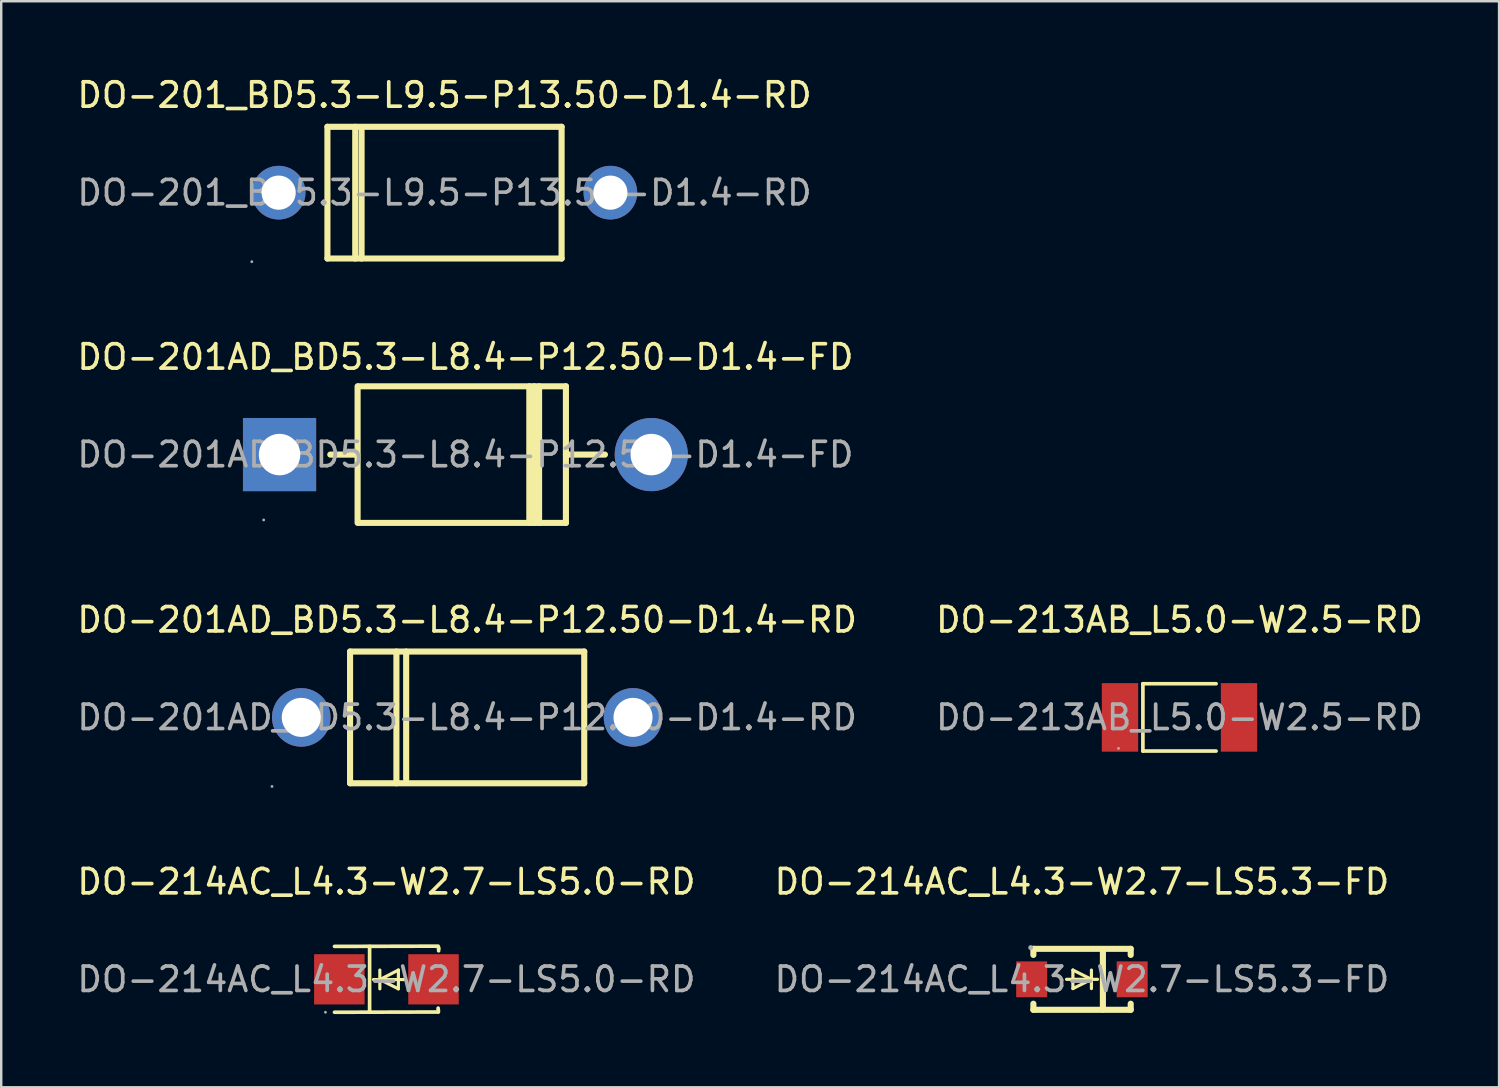
<source format=kicad_pcb>
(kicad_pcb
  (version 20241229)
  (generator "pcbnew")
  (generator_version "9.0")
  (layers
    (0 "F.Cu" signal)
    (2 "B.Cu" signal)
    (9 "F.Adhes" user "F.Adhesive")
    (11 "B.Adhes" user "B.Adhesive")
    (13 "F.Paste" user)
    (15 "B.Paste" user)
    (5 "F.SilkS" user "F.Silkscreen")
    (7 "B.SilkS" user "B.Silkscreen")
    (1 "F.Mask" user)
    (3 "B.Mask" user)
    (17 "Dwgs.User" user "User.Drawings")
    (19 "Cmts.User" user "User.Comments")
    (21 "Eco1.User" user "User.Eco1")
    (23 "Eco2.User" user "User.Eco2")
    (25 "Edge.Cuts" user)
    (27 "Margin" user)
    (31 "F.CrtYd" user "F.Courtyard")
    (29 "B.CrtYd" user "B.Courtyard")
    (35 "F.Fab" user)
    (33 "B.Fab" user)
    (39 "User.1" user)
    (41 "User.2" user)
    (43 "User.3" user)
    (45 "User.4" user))
  (footprint "DO-201AD_BD5.3-L8.4-P12.50-D1.4-FD"
    (layer "F.Cu")
    (at 16.03 15.586)
    (property "Reference" "DO-201AD_BD5.3-L8.4-P12.50-D1.4-FD" (at 0 -4 0) (layer "F.SilkS") (effects (font (size 1 1) (thickness 0.15))))
    (attr through_hole)
    (fp_line (start -5.54 0) (end -4.44 0) (stroke (width 0.25) (type solid)) (layer "F.SilkS"))
    (fp_line (start -4.42 2.8) (end -4.42 -2.8) (stroke (width 0.25) (type solid)) (layer "F.SilkS"))
    (fp_line (start -4.38 -2.8) (end 4.12 -2.8) (stroke (width 0.25) (type solid)) (layer "F.SilkS"))
    (fp_line (start 2.62 -2.8) (end 2.62 2.8) (stroke (width 0.25) (type solid)) (layer "F.SilkS"))
    (fp_line (start 2.82 -2.8) (end 2.82 2.8) (stroke (width 0.25) (type solid)) (layer "F.SilkS"))
    (fp_line (start 3.02 -2.8) (end 3.02 2.8) (stroke (width 0.25) (type solid)) (layer "F.SilkS"))
    (fp_line (start 4.12 -2.8) (end 4.12 2.8) (stroke (width 0.25) (type solid)) (layer "F.SilkS"))
    (fp_line (start 4.12 0) (end 5.72 0) (stroke (width 0.25) (type solid)) (layer "F.SilkS"))
    (fp_line (start 4.12 2.8) (end -4.38 2.8) (stroke (width 0.25) (type solid)) (layer "F.SilkS"))
    (fp_circle (center -8.27 2.68) (end -8.24 2.68) (stroke (width 0.06) (type solid)) (fill no) (layer "F.Fab"))
    (fp_circle (center -7.62 0) (end -7.29 0) (stroke (width 0.65) (type solid)) (fill no) (layer "F.Fab"))
    (fp_circle (center 7.62 0) (end 7.95 0) (stroke (width 0.65) (type solid)) (fill no) (layer "F.Fab"))
    (fp_text user "${REFERENCE}" (at 0 0 0) (layer "F.Fab") (effects (font (size 1 1) (thickness 0.15))))
    (pad "1" thru_hole rect (at -7.62 0 180) (size 3 3) (drill 1.7) (layers "*.Cu" "*.Paste" "*.Mask"))
    (pad "2" thru_hole circle (at 7.62 0 180) (size 3 3) (drill 1.7) (layers "*.Cu" "*.Paste" "*.Mask")))
  (footprint "DO-214AC_L4.3-W2.7-LS5.3-FD"
    (layer "F.Cu")
    (at 41.304 37.098)
    (property "Reference" "DO-214AC_L4.3-W2.7-LS5.3-FD" (at 0 -4 0) (layer "F.SilkS") (effects (font (size 1 1) (thickness 0.15))))
    (attr through_hole)
    (fp_line (start -1.99 -1.25) (end 2 -1.25) (stroke (width 0.25) (type solid)) (layer "F.SilkS"))
    (fp_line (start -1.99 -1) (end -1.99 -1.25) (stroke (width 0.25) (type solid)) (layer "F.SilkS"))
    (fp_line (start -1.99 1.25) (end -1.99 1) (stroke (width 0.25) (type solid)) (layer "F.SilkS"))
    (fp_line (start -0.63 0) (end 0.64 0) (stroke (width 0.13) (type solid)) (layer "F.SilkS"))
    (fp_line (start -0.37 -0.38) (end 0.39 0) (stroke (width 0.13) (type solid)) (layer "F.SilkS"))
    (fp_line (start -0.37 0) (end -0.37 -0.38) (stroke (width 0.13) (type solid)) (layer "F.SilkS"))
    (fp_line (start -0.37 0) (end -0.37 0.38) (stroke (width 0.13) (type solid)) (layer "F.SilkS"))
    (fp_line (start -0.37 0.38) (end 0.39 0) (stroke (width 0.13) (type solid)) (layer "F.SilkS"))
    (fp_line (start 0.39 0) (end 0.39 -0.38) (stroke (width 0.13) (type solid)) (layer "F.SilkS"))
    (fp_line (start 0.39 0) (end 0.39 0.38) (stroke (width 0.13) (type solid)) (layer "F.SilkS"))
    (fp_line (start 0.86 -1.24) (end 0.86 1.24) (stroke (width 0.25) (type solid)) (layer "F.SilkS"))
    (fp_line (start 2 -1) (end 2 -1.25) (stroke (width 0.25) (type solid)) (layer "F.SilkS"))
    (fp_line (start 2 1.25) (end -1.99 1.25) (stroke (width 0.25) (type solid)) (layer "F.SilkS"))
    (fp_line (start 2 1.25) (end 2 1) (stroke (width 0.25) (type solid)) (layer "F.SilkS"))
    (fp_circle (center -2.1 -1.3) (end -2.05 -1.3) (stroke (width 0.1) (type solid)) (fill no) (layer "F.Fab"))
    (fp_text user "${REFERENCE}" (at 0 0 0) (layer "F.Fab") (effects (font (size 1 1) (thickness 0.15))))
    (pad "1" smd rect (at -2.06 0) (size 1.27 1.47) (layers "F.Cu" "F.Mask" "F.Paste"))
    (pad "2" smd rect (at 2.06 0) (size 1.27 1.47) (layers "F.Cu" "F.Mask" "F.Paste")))
  (footprint "DO-201AD_BD5.3-L8.4-P12.50-D1.4-RD"
    (layer "F.Cu")
    (at 16.101 26.36)
    (property "Reference" "DO-201AD_BD5.3-L8.4-P12.50-D1.4-RD" (at 0 -4 0) (layer "F.SilkS") (effects (font (size 1 1) (thickness 0.15))))
    (attr through_hole)
    (fp_line (start -4.8 -2.7) (end -4.8 2.7) (stroke (width 0.25) (type solid)) (layer "F.SilkS"))
    (fp_line (start -4.8 -2.7) (end 4.8 -2.7) (stroke (width 0.25) (type solid)) (layer "F.SilkS"))
    (fp_line (start -2.9 -2.7) (end -2.9 2.7) (stroke (width 0.25) (type solid)) (layer "F.SilkS"))
    (fp_line (start -2.5 -2.7) (end -2.5 2.54) (stroke (width 0.25) (type solid)) (layer "F.SilkS"))
    (fp_line (start 4.8 -2.7) (end 4.8 2.7) (stroke (width 0.25) (type solid)) (layer "F.SilkS"))
    (fp_line (start 4.8 2.7) (end -4.8 2.7) (stroke (width 0.25) (type solid)) (layer "F.SilkS"))
    (fp_circle (center -8 2.83) (end -7.97 2.83) (stroke (width 0.06) (type solid)) (fill no) (layer "F.Fab"))
    (fp_circle (center -6.8 0) (end -6.45 0) (stroke (width 0.7) (type solid)) (fill no) (layer "F.Fab"))
    (fp_circle (center 6.8 0) (end 7.15 0) (stroke (width 0.7) (type solid)) (fill no) (layer "F.Fab"))
    (fp_text user "${REFERENCE}" (at 0 0 0) (layer "F.Fab") (effects (font (size 1 1) (thickness 0.15))))
    (pad "1" thru_hole circle (at -6.8 0 180) (size 2.4 2.4) (drill 1.6) (layers "*.Cu" "*.Paste" "*.Mask"))
    (pad "2" thru_hole circle (at 6.8 0 180) (size 2.4 2.4) (drill 1.6) (layers "*.Cu" "*.Paste" "*.Mask")))
  (footprint "DO-214AC_L4.3-W2.7-LS5.0-RD"
    (layer "F.Cu")
    (at 12.792 37.098)
    (property "Reference" "DO-214AC_L4.3-W2.7-LS5.0-RD" (at 0 -4 0) (layer "F.SilkS") (effects (font (size 1 1) (thickness 0.15))))
    (attr through_hole)
    (fp_line (start -2.13 -1.35) (end 2.12 -1.36) (stroke (width 0.15) (type solid)) (layer "F.SilkS"))
    (fp_line (start -2.13 1.35) (end 2.11 1.34) (stroke (width 0.15) (type solid)) (layer "F.SilkS"))
    (fp_line (start -0.69 -1.35) (end -0.69 1.35) (stroke (width 0.15) (type solid)) (layer "F.SilkS"))
    (fp_line (start -0.27 0.01) (end -0.27 -0.38) (stroke (width 0.13) (type solid)) (layer "F.SilkS"))
    (fp_line (start -0.27 0.01) (end -0.27 0.39) (stroke (width 0.13) (type solid)) (layer "F.SilkS"))
    (fp_line (start 0.49 -0.38) (end -0.27 0.01) (stroke (width 0.13) (type solid)) (layer "F.SilkS"))
    (fp_line (start 0.49 0.01) (end 0.49 -0.38) (stroke (width 0.13) (type solid)) (layer "F.SilkS"))
    (fp_line (start 0.49 0.01) (end 0.49 0.39) (stroke (width 0.13) (type solid)) (layer "F.SilkS"))
    (fp_line (start 0.49 0.39) (end -0.27 0.01) (stroke (width 0.13) (type solid)) (layer "F.SilkS"))
    (fp_line (start 0.74 0.01) (end -0.53 0.01) (stroke (width 0.13) (type solid)) (layer "F.SilkS"))
    (fp_line (start 2.12 1.18) (end 2.12 1.23) (stroke (width 0.15) (type solid)) (layer "F.SilkS"))
    (fp_line (start 2.13 1.25) (end 2.13 1.34) (stroke (width 0.15) (type solid)) (layer "F.SilkS"))
    (fp_line (start 2.14 -1.31) (end 2.14 -1.26) (stroke (width 0.15) (type solid)) (layer "F.SilkS"))
    (fp_line (start 2.14 -1.26) (end 2.14 -1.17) (stroke (width 0.15) (type solid)) (layer "F.SilkS"))
    (fp_circle (center -2.5 1.35) (end -2.47 1.35) (stroke (width 0.06) (type solid)) (fill no) (layer "F.Fab"))
    (fp_text user "${REFERENCE}" (at 0 0 0) (layer "F.Fab") (effects (font (size 1 1) (thickness 0.15))))
    (pad "1" smd rect (at -1.93 0 180) (size 2.07 2.06) (layers "F.Cu" "F.Mask" "F.Paste"))
    (pad "2" smd rect (at 1.93 0 180) (size 2.07 2.06) (layers "F.Cu" "F.Mask" "F.Paste")))
  (footprint "DO-213AB_L5.0-W2.5-RD"
    (layer "F.Cu")
    (at 45.304 26.36)
    (property "Reference" "DO-213AB_L5.0-W2.5-RD" (at 0 -4 0) (layer "F.SilkS") (effects (font (size 1 1) (thickness 0.15))))
    (attr through_hole)
    (fp_line (start -1.5 -1.38) (end -1.5 1.38) (stroke (width 0.15) (type solid)) (layer "F.SilkS"))
    (fp_line (start -1.5 -1.38) (end 1.5 -1.38) (stroke (width 0.15) (type solid)) (layer "F.SilkS"))
    (fp_line (start -1.5 1.38) (end 1.5 1.38) (stroke (width 0.15) (type solid)) (layer "F.SilkS"))
    (fp_circle (center -2.5 1.27) (end -2.47 1.27) (stroke (width 0.06) (type solid)) (fill no) (layer "F.Fab"))
    (fp_text user "${REFERENCE}" (at 0 0 0) (layer "F.Fab") (effects (font (size 1 1) (thickness 0.15))))
    (pad "1" smd rect (at -2.44 0 180) (size 1.49 2.81) (layers "F.Cu" "F.Mask" "F.Paste"))
    (pad "2" smd rect (at 2.44 0 180) (size 1.49 2.81) (layers "F.Cu" "F.Mask" "F.Paste")))
  (footprint "DO-201_BD5.3-L9.5-P13.50-D1.4-RD"
    (layer "F.Cu")
    (at 15.173 4.848)
    (property "Reference" "DO-201_BD5.3-L9.5-P13.50-D1.4-RD" (at 0 -4 0) (layer "F.SilkS") (effects (font (size 1 1) (thickness 0.15))))
    (attr through_hole)
    (fp_line (start -4.8 -2.7) (end 4.8 -2.7) (stroke (width 0.25) (type solid)) (layer "F.SilkS"))
    (fp_line (start -4.8 2.7) (end -4.8 -2.7) (stroke (width 0.25) (type solid)) (layer "F.SilkS"))
    (fp_line (start -3.66 2.7) (end -3.66 -2.7) (stroke (width 0.25) (type solid)) (layer "F.SilkS"))
    (fp_line (start -3.4 2.7) (end -3.4 -2.54) (stroke (width 0.25) (type solid)) (layer "F.SilkS"))
    (fp_line (start 4.8 2.7) (end -4.8 2.7) (stroke (width 0.25) (type solid)) (layer "F.SilkS"))
    (fp_line (start 4.8 2.7) (end 4.8 -2.7) (stroke (width 0.25) (type solid)) (layer "F.SilkS"))
    (fp_circle (center -7.9 2.83) (end -7.87 2.83) (stroke (width 0.06) (type solid)) (fill no) (layer "F.Fab"))
    (fp_circle (center -6.8 0) (end -6.5 0) (stroke (width 0.6) (type solid)) (fill no) (layer "F.Fab"))
    (fp_circle (center 6.8 0) (end 7.1 0) (stroke (width 0.6) (type solid)) (fill no) (layer "F.Fab"))
    (fp_text user "${REFERENCE}" (at 0 0 0) (layer "F.Fab") (effects (font (size 1 1) (thickness 0.15))))
    (pad "1" thru_hole circle (at -6.8 0) (size 2.2 2.2) (drill 1.4) (layers "*.Cu" "*.Paste" "*.Mask"))
    (pad "2" thru_hole circle (at 6.8 0) (size 2.2 2.2) (drill 1.4) (layers "*.Cu" "*.Paste" "*.Mask")))
  (gr_rect
    (start -3 -3)
    (end 58.405 41.523)
    (stroke (width 0.1) (type default))
    (fill no)
    (layer "Edge.Cuts")))
</source>
